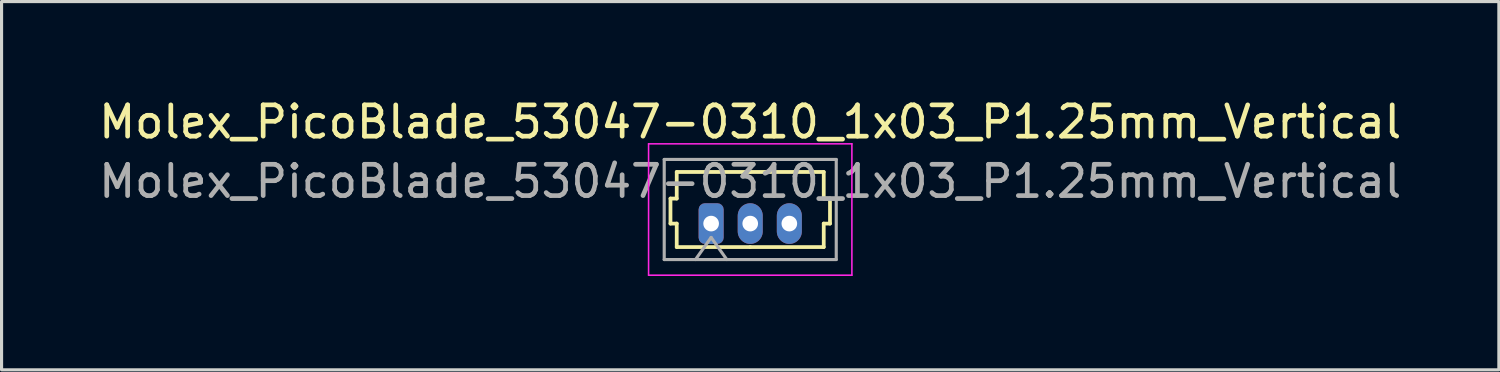
<source format=kicad_pcb>
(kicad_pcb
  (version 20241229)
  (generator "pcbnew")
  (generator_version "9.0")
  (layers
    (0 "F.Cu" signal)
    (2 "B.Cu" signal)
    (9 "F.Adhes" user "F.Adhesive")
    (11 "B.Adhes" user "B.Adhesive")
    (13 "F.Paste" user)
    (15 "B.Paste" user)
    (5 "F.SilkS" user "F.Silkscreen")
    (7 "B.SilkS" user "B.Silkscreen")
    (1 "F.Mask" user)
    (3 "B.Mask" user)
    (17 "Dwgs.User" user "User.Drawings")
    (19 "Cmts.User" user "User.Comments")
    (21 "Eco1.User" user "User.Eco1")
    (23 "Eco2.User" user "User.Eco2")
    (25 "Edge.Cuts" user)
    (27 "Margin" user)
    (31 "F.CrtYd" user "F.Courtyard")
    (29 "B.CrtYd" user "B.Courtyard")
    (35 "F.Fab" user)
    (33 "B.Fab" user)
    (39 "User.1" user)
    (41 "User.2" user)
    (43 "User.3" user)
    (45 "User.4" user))
  (footprint "Molex_PicoBlade_53047-0310_1x03_P1.25mm_Vertical"
    (layer "F.Cu")
    (at 19.685 4.098)
    (property "Reference" "Molex_PicoBlade_53047-0310_1x03_P1.25mm_Vertical" (at 1.25 -3.25 0) (layer "F.SilkS") (effects (font (size 1 1) (thickness 0.15))))
    (attr through_hole)
    (fp_line (start -1.3 -0.8) (end -1.1 -0.8) (stroke (width 0.12) (type solid)) (layer "F.SilkS"))
    (fp_line (start -1.3 0) (end -1.3 -0.8) (stroke (width 0.12) (type solid)) (layer "F.SilkS"))
    (fp_line (start -1.1 -1.65) (end 1.25 -1.65) (stroke (width 0.12) (type solid)) (layer "F.SilkS"))
    (fp_line (start -1.1 -0.8) (end -1.1 -1.65) (stroke (width 0.12) (type solid)) (layer "F.SilkS"))
    (fp_line (start -1.1 0) (end -1.3 0) (stroke (width 0.12) (type solid)) (layer "F.SilkS"))
    (fp_line (start -1.1 0.75) (end -1.1 0) (stroke (width 0.12) (type solid)) (layer "F.SilkS"))
    (fp_line (start 1.25 0.75) (end -1.1 0.75) (stroke (width 0.12) (type solid)) (layer "F.SilkS"))
    (fp_line (start 1.25 0.75) (end 3.6 0.75) (stroke (width 0.12) (type solid)) (layer "F.SilkS"))
    (fp_line (start 3.6 -1.65) (end 1.25 -1.65) (stroke (width 0.12) (type solid)) (layer "F.SilkS"))
    (fp_line (start 3.6 -0.8) (end 3.6 -1.65) (stroke (width 0.12) (type solid)) (layer "F.SilkS"))
    (fp_line (start 3.6 0) (end 3.8 0) (stroke (width 0.12) (type solid)) (layer "F.SilkS"))
    (fp_line (start 3.6 0.75) (end 3.6 0) (stroke (width 0.12) (type solid)) (layer "F.SilkS"))
    (fp_line (start 3.8 -0.8) (end 3.6 -0.8) (stroke (width 0.12) (type solid)) (layer "F.SilkS"))
    (fp_line (start 3.8 0) (end 3.8 -0.8) (stroke (width 0.12) (type solid)) (layer "F.SilkS"))
    (fp_line (start -2 -2.55) (end -2 1.65) (stroke (width 0.05) (type solid)) (layer "F.CrtYd"))
    (fp_line (start -2 1.65) (end 4.5 1.65) (stroke (width 0.05) (type solid)) (layer "F.CrtYd"))
    (fp_line (start 4.5 -2.55) (end -2 -2.55) (stroke (width 0.05) (type solid)) (layer "F.CrtYd"))
    (fp_line (start 4.5 1.65) (end 4.5 -2.55) (stroke (width 0.05) (type solid)) (layer "F.CrtYd"))
    (fp_line (start -1.5 -2.05) (end -1.5 1.15) (stroke (width 0.1) (type solid)) (layer "F.Fab"))
    (fp_line (start -1.5 1.15) (end 4 1.15) (stroke (width 0.1) (type solid)) (layer "F.Fab"))
    (fp_line (start -0.5 1.15) (end 0 0.443) (stroke (width 0.1) (type solid)) (layer "F.Fab"))
    (fp_line (start 0 0.443) (end 0.5 1.15) (stroke (width 0.1) (type solid)) (layer "F.Fab"))
    (fp_line (start 4 -2.05) (end -1.5 -2.05) (stroke (width 0.1) (type solid)) (layer "F.Fab"))
    (fp_line (start 4 1.15) (end 4 -2.05) (stroke (width 0.1) (type solid)) (layer "F.Fab"))
    (fp_text user "${REFERENCE}" (at 1.25 -1.35 0) (layer "F.Fab") (effects (font (size 1 1) (thickness 0.15))))
    (pad "1" thru_hole roundrect (at 0 0) (size 0.8 1.3) (drill 0.5) (layers "*.Cu" "*.Mask") (roundrect_rratio 0.25))
    (pad "2" thru_hole oval (at 1.25 0) (size 0.8 1.3) (drill 0.5) (layers "*.Cu" "*.Mask"))
    (pad "3" thru_hole oval (at 2.5 0) (size 0.8 1.3) (drill 0.5) (layers "*.Cu" "*.Mask")))
  (gr_rect
    (start -3 -3)
    (end 44.869 8.773)
    (stroke (width 0.1) (type default))
    (fill no)
    (layer "Edge.Cuts")))
</source>
